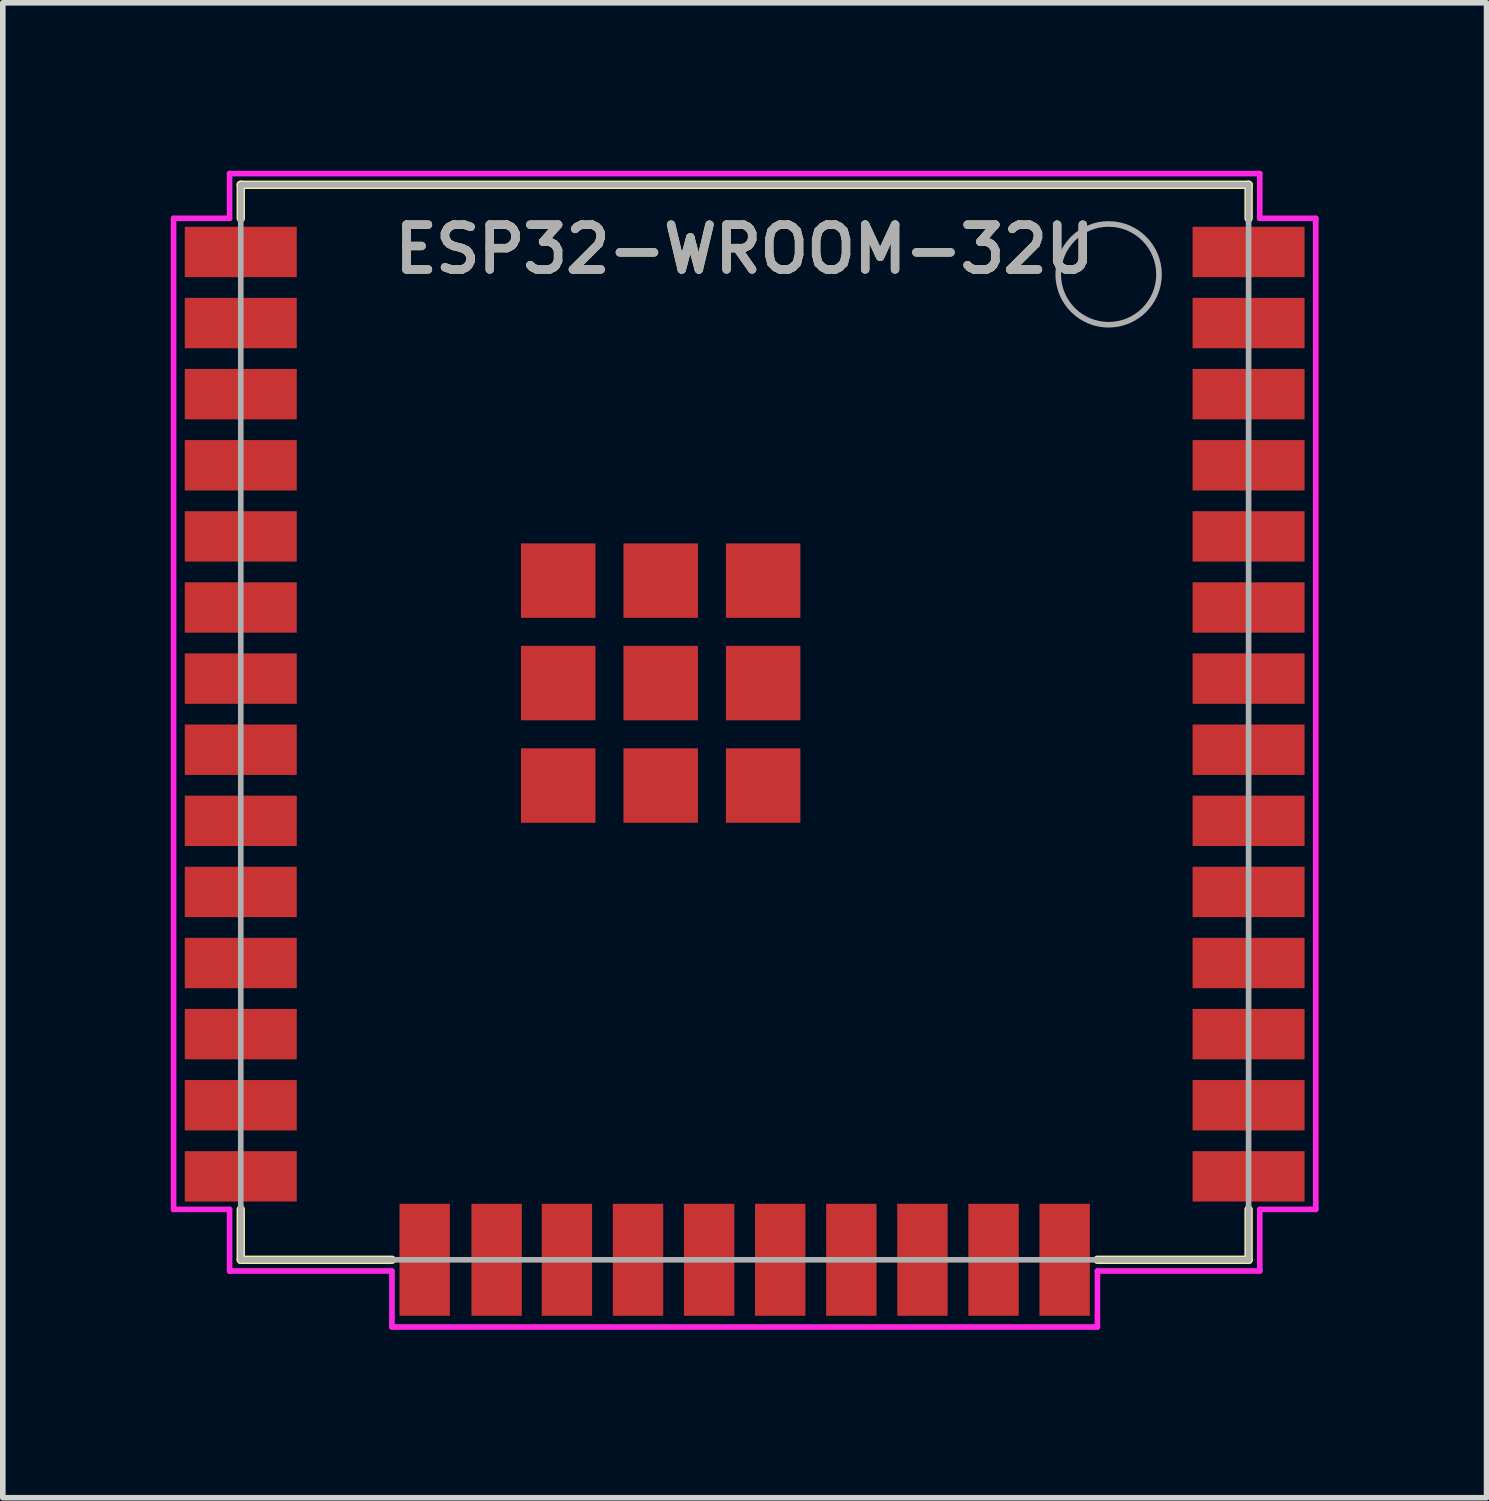
<source format=kicad_pcb>
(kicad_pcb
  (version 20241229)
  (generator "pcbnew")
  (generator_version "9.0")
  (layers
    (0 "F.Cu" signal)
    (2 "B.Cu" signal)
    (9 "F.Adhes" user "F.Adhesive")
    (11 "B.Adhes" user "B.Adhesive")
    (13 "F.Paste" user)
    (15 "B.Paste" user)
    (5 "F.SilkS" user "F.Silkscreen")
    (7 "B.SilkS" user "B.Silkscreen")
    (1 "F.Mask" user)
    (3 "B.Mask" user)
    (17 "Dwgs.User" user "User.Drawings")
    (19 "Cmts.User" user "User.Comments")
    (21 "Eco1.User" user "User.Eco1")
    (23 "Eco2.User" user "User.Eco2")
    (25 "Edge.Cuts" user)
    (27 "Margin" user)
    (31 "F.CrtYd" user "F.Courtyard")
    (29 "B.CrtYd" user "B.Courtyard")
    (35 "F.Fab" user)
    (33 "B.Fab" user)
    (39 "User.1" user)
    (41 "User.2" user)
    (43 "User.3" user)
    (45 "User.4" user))
  (footprint "ESP32-WROOM-32U"
    (layer "F.Cu")
    (at 10.25 9.85)
    (property "Reference" "ESP32-WROOM-32U" (at 0 -8.45 0) (layer "F.SilkS") (effects (font (size 0.8 0.8) (thickness 0.15))))
    (attr smd)
    (fp_line (start -9 -9.6) (end -9 -9) (stroke (width 0.15) (type solid)) (layer "F.SilkS"))
    (fp_line (start -9 -9.6) (end 9 -9.6) (stroke (width 0.15) (type solid)) (layer "F.SilkS"))
    (fp_line (start -9 9.6) (end -9 8.7) (stroke (width 0.15) (type solid)) (layer "F.SilkS"))
    (fp_line (start -9 9.6) (end -6.3 9.6) (stroke (width 0.15) (type solid)) (layer "F.SilkS"))
    (fp_line (start 9 -9.6) (end 9 -9) (stroke (width 0.15) (type solid)) (layer "F.SilkS"))
    (fp_line (start 9 9.6) (end 6.3 9.6) (stroke (width 0.15) (type solid)) (layer "F.SilkS"))
    (fp_line (start 9 9.6) (end 9 8.7) (stroke (width 0.15) (type solid)) (layer "F.SilkS"))
    (fp_line (start -10.2 -9) (end -9.2 -9) (stroke (width 0.1) (type solid)) (layer "F.CrtYd"))
    (fp_line (start -10.2 8.7) (end -10.2 -9) (stroke (width 0.1) (type solid)) (layer "F.CrtYd"))
    (fp_line (start -9.2 -9.8) (end 9.2 -9.8) (stroke (width 0.1) (type solid)) (layer "F.CrtYd"))
    (fp_line (start -9.2 -9) (end -9.2 -9.8) (stroke (width 0.1) (type solid)) (layer "F.CrtYd"))
    (fp_line (start -9.2 8.7) (end -10.2 8.7) (stroke (width 0.1) (type solid)) (layer "F.CrtYd"))
    (fp_line (start -9.2 9.8) (end -9.2 8.7) (stroke (width 0.1) (type solid)) (layer "F.CrtYd"))
    (fp_line (start -6.3 9.8) (end -9.2 9.8) (stroke (width 0.1) (type solid)) (layer "F.CrtYd"))
    (fp_line (start -6.3 10.8) (end -6.3 9.8) (stroke (width 0.1) (type solid)) (layer "F.CrtYd"))
    (fp_line (start 6.3 9.8) (end 6.3 10.8) (stroke (width 0.1) (type solid)) (layer "F.CrtYd"))
    (fp_line (start 6.3 10.8) (end -6.3 10.8) (stroke (width 0.1) (type solid)) (layer "F.CrtYd"))
    (fp_line (start 9.2 -9.8) (end 9.2 -9) (stroke (width 0.1) (type solid)) (layer "F.CrtYd"))
    (fp_line (start 9.2 -9) (end 10.2 -9) (stroke (width 0.1) (type solid)) (layer "F.CrtYd"))
    (fp_line (start 9.2 8.7) (end 9.2 9.8) (stroke (width 0.1) (type solid)) (layer "F.CrtYd"))
    (fp_line (start 9.2 9.8) (end 6.3 9.8) (stroke (width 0.1) (type solid)) (layer "F.CrtYd"))
    (fp_line (start 10.2 -9) (end 10.2 8.7) (stroke (width 0.1) (type solid)) (layer "F.CrtYd"))
    (fp_line (start 10.2 8.7) (end 9.2 8.7) (stroke (width 0.1) (type solid)) (layer "F.CrtYd"))
    (fp_line (start -9 -9.6) (end -9 9.6) (stroke (width 0.1) (type solid)) (layer "F.Fab"))
    (fp_line (start -9 9.6) (end 9 9.6) (stroke (width 0.1) (type solid)) (layer "F.Fab"))
    (fp_line (start 9 -9.6) (end -9 -9.6) (stroke (width 0.1) (type solid)) (layer "F.Fab"))
    (fp_line (start 9 9.6) (end 9 -9.6) (stroke (width 0.1) (type solid)) (layer "F.Fab"))
    (fp_circle (center 6.5 -8) (end 6.5 -8.9) (stroke (width 0.1) (type solid)) (fill no) (layer "F.Fab"))
    (fp_text user "${REFERENCE}" (at 0 -8.45 0) (layer "F.Fab") (effects (font (size 0.8 0.8) (thickness 0.15))))
    (pad "1" smd rect (at -9 -8.4) (size 2 0.9) (layers "F.Cu" "F.Mask" "F.Paste"))
    (pad "2" smd rect (at -9 -7.13) (size 2 0.9) (layers "F.Cu" "F.Mask" "F.Paste"))
    (pad "3" smd rect (at -9 -5.86) (size 2 0.9) (layers "F.Cu" "F.Mask" "F.Paste"))
    (pad "4" smd rect (at -9 -4.59) (size 2 0.9) (layers "F.Cu" "F.Mask" "F.Paste"))
    (pad "5" smd rect (at -9 -3.32) (size 2 0.9) (layers "F.Cu" "F.Mask" "F.Paste"))
    (pad "6" smd rect (at -9 -2.05) (size 2 0.9) (layers "F.Cu" "F.Mask" "F.Paste"))
    (pad "7" smd rect (at -9 -0.78) (size 2 0.9) (layers "F.Cu" "F.Mask" "F.Paste"))
    (pad "8" smd rect (at -9 0.49) (size 2 0.9) (layers "F.Cu" "F.Mask" "F.Paste"))
    (pad "9" smd rect (at -9 1.76) (size 2 0.9) (layers "F.Cu" "F.Mask" "F.Paste"))
    (pad "10" smd rect (at -9 3.03) (size 2 0.9) (layers "F.Cu" "F.Mask" "F.Paste"))
    (pad "11" smd rect (at -9 4.3) (size 2 0.9) (layers "F.Cu" "F.Mask" "F.Paste"))
    (pad "12" smd rect (at -9 5.57) (size 2 0.9) (layers "F.Cu" "F.Mask" "F.Paste"))
    (pad "13" smd rect (at -9 6.84) (size 2 0.9) (layers "F.Cu" "F.Mask" "F.Paste"))
    (pad "14" smd rect (at -9 8.11) (size 2 0.9) (layers "F.Cu" "F.Mask" "F.Paste"))
    (pad "15" smd rect (at -5.715 9.6 90) (size 2 0.9) (layers "F.Cu" "F.Mask" "F.Paste"))
    (pad "16" smd rect (at -4.43 9.6 90) (size 2 0.9) (layers "F.Cu" "F.Mask" "F.Paste"))
    (pad "17" smd rect (at -3.175 9.6 90) (size 2 0.9) (layers "F.Cu" "F.Mask" "F.Paste"))
    (pad "18" smd rect (at -1.905 9.6 90) (size 2 0.9) (layers "F.Cu" "F.Mask" "F.Paste"))
    (pad "19" smd rect (at -0.635 9.6 90) (size 2 0.9) (layers "F.Cu" "F.Mask" "F.Paste"))
    (pad "20" smd rect (at 0.635 9.6 90) (size 2 0.9) (layers "F.Cu" "F.Mask" "F.Paste"))
    (pad "21" smd rect (at 1.905 9.6 90) (size 2 0.9) (layers "F.Cu" "F.Mask" "F.Paste"))
    (pad "22" smd rect (at 3.175 9.6 90) (size 2 0.9) (layers "F.Cu" "F.Mask" "F.Paste"))
    (pad "23" smd rect (at 4.445 9.6 90) (size 2 0.9) (layers "F.Cu" "F.Mask" "F.Paste"))
    (pad "24" smd rect (at 5.715 9.6 90) (size 2 0.9) (layers "F.Cu" "F.Mask" "F.Paste"))
    (pad "25" smd rect (at 9 8.11) (size 2 0.9) (layers "F.Cu" "F.Mask" "F.Paste"))
    (pad "26" smd rect (at 9 6.84) (size 2 0.9) (layers "F.Cu" "F.Mask" "F.Paste"))
    (pad "27" smd rect (at 9 5.57) (size 2 0.9) (layers "F.Cu" "F.Mask" "F.Paste"))
    (pad "28" smd rect (at 9 4.3) (size 2 0.9) (layers "F.Cu" "F.Mask" "F.Paste"))
    (pad "29" smd rect (at 9 3.03) (size 2 0.9) (layers "F.Cu" "F.Mask" "F.Paste"))
    (pad "30" smd rect (at 9 1.76) (size 2 0.9) (layers "F.Cu" "F.Mask" "F.Paste"))
    (pad "31" smd rect (at 9 0.49) (size 2 0.9) (layers "F.Cu" "F.Mask" "F.Paste"))
    (pad "32" smd rect (at 9 -0.78) (size 2 0.9) (layers "F.Cu" "F.Mask" "F.Paste"))
    (pad "33" smd rect (at 9 -2.05) (size 2 0.9) (layers "F.Cu" "F.Mask" "F.Paste"))
    (pad "34" smd rect (at 9 -3.32) (size 2 0.9) (layers "F.Cu" "F.Mask" "F.Paste"))
    (pad "35" smd rect (at 9 -4.59) (size 2 0.9) (layers "F.Cu" "F.Mask" "F.Paste"))
    (pad "36" smd rect (at 9 -5.86) (size 2 0.9) (layers "F.Cu" "F.Mask" "F.Paste"))
    (pad "37" smd rect (at 9 -7.13) (size 2 0.9) (layers "F.Cu" "F.Mask" "F.Paste"))
    (pad "38" smd rect (at 9 -8.4) (size 2 0.9) (layers "F.Cu" "F.Mask" "F.Paste"))
    (pad "39" smd rect (at -3.33 -2.53 270) (size 1.33 1.33) (layers "F.Cu" "F.Mask" "F.Paste"))
    (pad "39" smd rect (at -3.33 -0.7 270) (size 1.33 1.33) (layers "F.Cu" "F.Mask" "F.Paste"))
    (pad "39" smd rect (at -3.33 1.13 270) (size 1.33 1.33) (layers "F.Cu" "F.Mask" "F.Paste"))
    (pad "39" smd rect (at -1.5 -2.53 270) (size 1.33 1.33) (layers "F.Cu" "F.Mask" "F.Paste"))
    (pad "39" smd rect (at -1.5 -0.7 270) (size 1.33 1.33) (layers "F.Cu" "F.Mask" "F.Paste"))
    (pad "39" smd rect (at -1.5 1.13 270) (size 1.33 1.33) (layers "F.Cu" "F.Mask" "F.Paste"))
    (pad "39" smd rect (at 0.33 -2.53 270) (size 1.33 1.33) (layers "F.Cu" "F.Mask" "F.Paste"))
    (pad "39" smd rect (at 0.33 -0.7 270) (size 1.33 1.33) (layers "F.Cu" "F.Mask" "F.Paste"))
    (pad "39" smd rect (at 0.33 1.13 270) (size 1.33 1.33) (layers "F.Cu" "F.Mask" "F.Paste")))
  (gr_rect
    (start -3 -3)
    (end 23.5 23.7)
    (stroke (width 0.1) (type default))
    (fill no)
    (layer "Edge.Cuts")))
</source>
